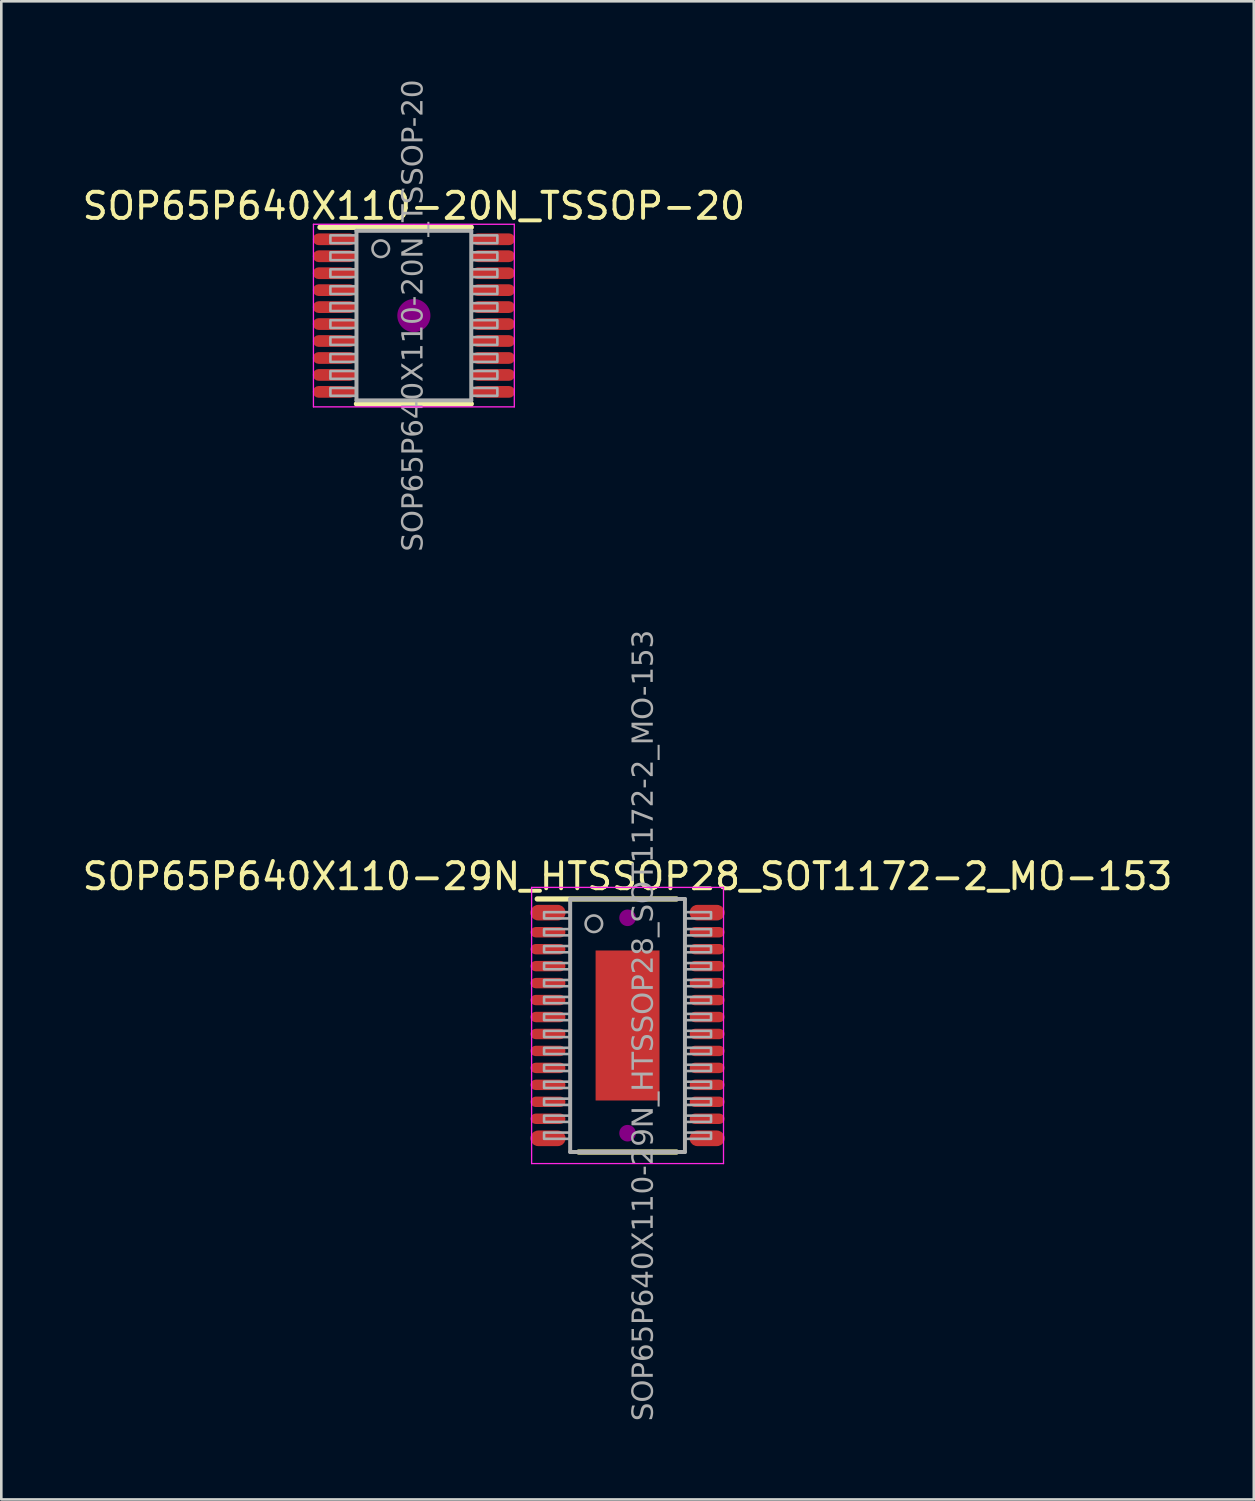
<source format=kicad_pcb>
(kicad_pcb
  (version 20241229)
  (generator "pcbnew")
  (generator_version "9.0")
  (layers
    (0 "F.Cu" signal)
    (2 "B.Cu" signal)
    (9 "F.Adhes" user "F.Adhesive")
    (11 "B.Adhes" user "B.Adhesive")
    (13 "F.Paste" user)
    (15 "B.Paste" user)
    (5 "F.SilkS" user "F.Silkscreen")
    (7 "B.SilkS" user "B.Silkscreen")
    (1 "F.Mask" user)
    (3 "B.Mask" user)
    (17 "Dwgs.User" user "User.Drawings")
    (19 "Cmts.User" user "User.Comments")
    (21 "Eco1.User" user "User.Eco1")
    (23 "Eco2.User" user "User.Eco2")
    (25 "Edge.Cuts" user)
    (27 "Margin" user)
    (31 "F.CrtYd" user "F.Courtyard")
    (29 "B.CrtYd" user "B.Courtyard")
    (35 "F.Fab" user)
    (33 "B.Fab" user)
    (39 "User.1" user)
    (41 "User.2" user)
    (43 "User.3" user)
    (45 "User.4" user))
  (footprint "SOP65P640X110-20N_TSSOP-20"
    (layer "F.Cu")
    (at 12.815 9.047)
    (property "Reference" "SOP65P640X110-20N_TSSOP-20" (at 0 -4.2 0) (layer "F.SilkS") (effects (font (size 1 1) (thickness 0.15))))
    (attr smd)
    (fp_line (start 0 -3.385) (end -3.6 -3.385) (stroke (width 0.203) (type solid)) (layer "F.SilkS"))
    (fp_line (start 0 -3.385) (end 2.2 -3.385) (stroke (width 0.203) (type solid)) (layer "F.SilkS"))
    (fp_line (start 0 3.385) (end -2.2 3.385) (stroke (width 0.203) (type solid)) (layer "F.SilkS"))
    (fp_line (start 0 3.385) (end 2.2 3.385) (stroke (width 0.203) (type solid)) (layer "F.SilkS"))
    (fp_circle (center 0 0) (end 0.635 0) (stroke (width 0) (type solid)) (fill yes) (layer "F.Adhes"))
    (fp_line (start -3.85 -3.5) (end -3.85 3.5) (stroke (width 0.05) (type solid)) (layer "F.CrtYd"))
    (fp_line (start -3.85 3.5) (end 3.85 3.5) (stroke (width 0.05) (type solid)) (layer "F.CrtYd"))
    (fp_line (start 3.85 -3.5) (end -3.85 -3.5) (stroke (width 0.05) (type solid)) (layer "F.CrtYd"))
    (fp_line (start 3.85 3.5) (end 3.85 -3.5) (stroke (width 0.05) (type solid)) (layer "F.CrtYd"))
    (fp_line (start -2.2 -3.25) (end 2.2 -3.25) (stroke (width 0.152) (type solid)) (layer "F.Fab"))
    (fp_line (start -2.2 3.25) (end -2.2 -3.25) (stroke (width 0.152) (type solid)) (layer "F.Fab"))
    (fp_line (start 2.2 -3.25) (end 2.2 3.25) (stroke (width 0.152) (type solid)) (layer "F.Fab"))
    (fp_line (start 2.2 3.25) (end -2.2 3.25) (stroke (width 0.152) (type solid)) (layer "F.Fab"))
    (fp_rect (start -3.2 -3.075) (end -2.2 -2.775) (stroke (width 0.1) (type solid)) (fill no) (layer "F.Fab"))
    (fp_rect (start -3.2 -2.425) (end -2.2 -2.125) (stroke (width 0.1) (type solid)) (fill no) (layer "F.Fab"))
    (fp_rect (start -3.2 -1.775) (end -2.2 -1.475) (stroke (width 0.1) (type solid)) (fill no) (layer "F.Fab"))
    (fp_rect (start -3.2 -1.125) (end -2.2 -0.825) (stroke (width 0.1) (type solid)) (fill no) (layer "F.Fab"))
    (fp_rect (start -3.2 -0.475) (end -2.2 -0.175) (stroke (width 0.1) (type solid)) (fill no) (layer "F.Fab"))
    (fp_rect (start -3.2 0.175) (end -2.2 0.475) (stroke (width 0.1) (type solid)) (fill no) (layer "F.Fab"))
    (fp_rect (start -3.2 0.825) (end -2.2 1.125) (stroke (width 0.1) (type solid)) (fill no) (layer "F.Fab"))
    (fp_rect (start -3.2 1.475) (end -2.2 1.775) (stroke (width 0.1) (type solid)) (fill no) (layer "F.Fab"))
    (fp_rect (start -3.2 2.125) (end -2.2 2.425) (stroke (width 0.1) (type solid)) (fill no) (layer "F.Fab"))
    (fp_rect (start -3.2 2.775) (end -2.2 3.075) (stroke (width 0.1) (type solid)) (fill no) (layer "F.Fab"))
    (fp_rect (start 3.2 -2.775) (end 2.2 -3.075) (stroke (width 0.1) (type solid)) (fill no) (layer "F.Fab"))
    (fp_rect (start 3.2 -2.125) (end 2.2 -2.425) (stroke (width 0.1) (type solid)) (fill no) (layer "F.Fab"))
    (fp_rect (start 3.2 -1.475) (end 2.2 -1.775) (stroke (width 0.1) (type solid)) (fill no) (layer "F.Fab"))
    (fp_rect (start 3.2 -0.825) (end 2.2 -1.125) (stroke (width 0.1) (type solid)) (fill no) (layer "F.Fab"))
    (fp_rect (start 3.2 -0.175) (end 2.2 -0.475) (stroke (width 0.1) (type solid)) (fill no) (layer "F.Fab"))
    (fp_rect (start 3.2 0.475) (end 2.2 0.175) (stroke (width 0.1) (type solid)) (fill no) (layer "F.Fab"))
    (fp_rect (start 3.2 1.125) (end 2.2 0.825) (stroke (width 0.1) (type solid)) (fill no) (layer "F.Fab"))
    (fp_rect (start 3.2 1.775) (end 2.2 1.475) (stroke (width 0.1) (type solid)) (fill no) (layer "F.Fab"))
    (fp_rect (start 3.2 2.425) (end 2.2 2.125) (stroke (width 0.1) (type solid)) (fill no) (layer "F.Fab"))
    (fp_rect (start 3.2 3.075) (end 2.2 2.775) (stroke (width 0.1) (type solid)) (fill no) (layer "F.Fab"))
    (fp_circle (center -1.27 -2.562) (end -0.953 -2.562) (stroke (width 0.1) (type solid)) (fill no) (layer "F.Fab"))
    (fp_text user "${REFERENCE}" (at 0 0 90) (layer "F.Fab") (effects (font (face "Tahoma") (size 0.8 0.8) (thickness 0.15))))
    (pad "1" smd roundrect (at -3.05 -2.925) (size 1.65 0.45) (layers "F.Cu" "F.Mask" "F.Paste") (roundrect_rratio 0.5))
    (pad "2" smd roundrect (at -3.05 -2.275) (size 1.65 0.45) (layers "F.Cu" "F.Mask" "F.Paste") (roundrect_rratio 0.5))
    (pad "3" smd roundrect (at -3.05 -1.625) (size 1.65 0.45) (layers "F.Cu" "F.Mask" "F.Paste") (roundrect_rratio 0.5))
    (pad "4" smd roundrect (at -3.05 -0.975) (size 1.65 0.45) (layers "F.Cu" "F.Mask" "F.Paste") (roundrect_rratio 0.5))
    (pad "5" smd roundrect (at -3.05 -0.325) (size 1.65 0.45) (layers "F.Cu" "F.Mask" "F.Paste") (roundrect_rratio 0.5))
    (pad "6" smd roundrect (at -3.05 0.325) (size 1.65 0.45) (layers "F.Cu" "F.Mask" "F.Paste") (roundrect_rratio 0.5))
    (pad "7" smd roundrect (at -3.05 0.975) (size 1.65 0.45) (layers "F.Cu" "F.Mask" "F.Paste") (roundrect_rratio 0.5))
    (pad "8" smd roundrect (at -3.05 1.625) (size 1.65 0.45) (layers "F.Cu" "F.Mask" "F.Paste") (roundrect_rratio 0.5))
    (pad "9" smd roundrect (at -3.05 2.275) (size 1.65 0.45) (layers "F.Cu" "F.Mask" "F.Paste") (roundrect_rratio 0.5))
    (pad "10" smd roundrect (at -3.05 2.925) (size 1.65 0.45) (layers "F.Cu" "F.Mask" "F.Paste") (roundrect_rratio 0.5))
    (pad "11" smd roundrect (at 3.05 2.925) (size 1.65 0.45) (layers "F.Cu" "F.Mask" "F.Paste") (roundrect_rratio 0.5))
    (pad "12" smd roundrect (at 3.05 2.275) (size 1.65 0.45) (layers "F.Cu" "F.Mask" "F.Paste") (roundrect_rratio 0.5))
    (pad "13" smd roundrect (at 3.05 1.625) (size 1.65 0.45) (layers "F.Cu" "F.Mask" "F.Paste") (roundrect_rratio 0.5))
    (pad "14" smd roundrect (at 3.05 0.975) (size 1.65 0.45) (layers "F.Cu" "F.Mask" "F.Paste") (roundrect_rratio 0.5))
    (pad "15" smd roundrect (at 3.05 0.325) (size 1.65 0.45) (layers "F.Cu" "F.Mask" "F.Paste") (roundrect_rratio 0.5))
    (pad "16" smd roundrect (at 3.05 -0.325) (size 1.65 0.45) (layers "F.Cu" "F.Mask" "F.Paste") (roundrect_rratio 0.5))
    (pad "17" smd roundrect (at 3.05 -0.975) (size 1.65 0.45) (layers "F.Cu" "F.Mask" "F.Paste") (roundrect_rratio 0.5))
    (pad "18" smd roundrect (at 3.05 -1.625) (size 1.65 0.45) (layers "F.Cu" "F.Mask" "F.Paste") (roundrect_rratio 0.5))
    (pad "19" smd roundrect (at 3.05 -2.275) (size 1.65 0.45) (layers "F.Cu" "F.Mask" "F.Paste") (roundrect_rratio 0.5))
    (pad "20" smd roundrect (at 3.05 -2.925) (size 1.65 0.45) (layers "F.Cu" "F.Mask" "F.Paste") (roundrect_rratio 0.5)))
  (footprint "SOP65P640X110-29N_HTSSOP28_SOT1172-2_MO-153"
    (layer "F.Cu")
    (at 21.006 36.26)
    (property "Reference" "SOP65P640X110-29N_HTSSOP28_SOT1172-2_MO-153" (at 0 -5.715 180) (layer "F.SilkS") (effects (font (size 1 1) (thickness 0.15))))
    (attr smd)
    (fp_line (start -3.462 -4.85) (end 1.875 -4.85) (stroke (width 0.203) (type solid)) (layer "F.SilkS"))
    (fp_line (start -1.875 4.85) (end 1.875 4.85) (stroke (width 0.203) (type solid)) (layer "F.SilkS"))
    (fp_circle (center 0 -4.128) (end 0.318 -4.128) (stroke (width 0) (type solid)) (fill yes) (layer "F.Adhes"))
    (fp_circle (center 0 4.128) (end 0.318 4.128) (stroke (width 0) (type solid)) (fill yes) (layer "F.Adhes"))
    (fp_line (start -3.678 -5.293) (end 3.678 -5.293) (stroke (width 0.05) (type solid)) (layer "F.CrtYd"))
    (fp_line (start -3.678 5.293) (end -3.678 -5.293) (stroke (width 0.05) (type solid)) (layer "F.CrtYd"))
    (fp_line (start 3.678 -5.293) (end 3.678 5.293) (stroke (width 0.05) (type solid)) (layer "F.CrtYd"))
    (fp_line (start 3.678 5.293) (end -3.678 5.293) (stroke (width 0.05) (type solid)) (layer "F.CrtYd"))
    (fp_line (start -2.2 -4.85) (end 2.2 -4.85) (stroke (width 0.152) (type solid)) (layer "F.Fab"))
    (fp_line (start -2.2 4.85) (end -2.2 -4.85) (stroke (width 0.152) (type solid)) (layer "F.Fab"))
    (fp_line (start 2.2 -4.85) (end 2.2 4.85) (stroke (width 0.152) (type solid)) (layer "F.Fab"))
    (fp_line (start 2.2 4.85) (end -2.2 4.85) (stroke (width 0.152) (type solid)) (layer "F.Fab"))
    (fp_rect (start -3.2 -4.105) (end -2.2 -4.345) (stroke (width 0.1) (type solid)) (fill no) (layer "F.Fab"))
    (fp_rect (start -3.2 -3.455) (end -2.2 -3.695) (stroke (width 0.1) (type solid)) (fill no) (layer "F.Fab"))
    (fp_rect (start -3.2 -2.805) (end -2.2 -3.045) (stroke (width 0.1) (type solid)) (fill no) (layer "F.Fab"))
    (fp_rect (start -3.2 -2.155) (end -2.2 -2.395) (stroke (width 0.1) (type solid)) (fill no) (layer "F.Fab"))
    (fp_rect (start -3.2 -1.505) (end -2.2 -1.745) (stroke (width 0.1) (type solid)) (fill no) (layer "F.Fab"))
    (fp_rect (start -3.2 -0.855) (end -2.2 -1.095) (stroke (width 0.1) (type solid)) (fill no) (layer "F.Fab"))
    (fp_rect (start -3.2 -0.205) (end -2.2 -0.445) (stroke (width 0.1) (type solid)) (fill no) (layer "F.Fab"))
    (fp_rect (start -3.2 0.445) (end -2.2 0.205) (stroke (width 0.1) (type solid)) (fill no) (layer "F.Fab"))
    (fp_rect (start -3.2 1.095) (end -2.2 0.855) (stroke (width 0.1) (type solid)) (fill no) (layer "F.Fab"))
    (fp_rect (start -3.2 1.745) (end -2.2 1.505) (stroke (width 0.1) (type solid)) (fill no) (layer "F.Fab"))
    (fp_rect (start -3.2 2.395) (end -2.2 2.155) (stroke (width 0.1) (type solid)) (fill no) (layer "F.Fab"))
    (fp_rect (start -3.2 3.045) (end -2.2 2.805) (stroke (width 0.1) (type solid)) (fill no) (layer "F.Fab"))
    (fp_rect (start -3.2 3.695) (end -2.2 3.455) (stroke (width 0.1) (type solid)) (fill no) (layer "F.Fab"))
    (fp_rect (start -3.2 4.345) (end -2.2 4.105) (stroke (width 0.1) (type solid)) (fill no) (layer "F.Fab"))
    (fp_rect (start 3.2 -4.345) (end 2.2 -4.105) (stroke (width 0.1) (type solid)) (fill no) (layer "F.Fab"))
    (fp_rect (start 3.2 -3.695) (end 2.2 -3.455) (stroke (width 0.1) (type solid)) (fill no) (layer "F.Fab"))
    (fp_rect (start 3.2 -3.045) (end 2.2 -2.805) (stroke (width 0.1) (type solid)) (fill no) (layer "F.Fab"))
    (fp_rect (start 3.2 -2.395) (end 2.2 -2.155) (stroke (width 0.1) (type solid)) (fill no) (layer "F.Fab"))
    (fp_rect (start 3.2 -1.745) (end 2.2 -1.505) (stroke (width 0.1) (type solid)) (fill no) (layer "F.Fab"))
    (fp_rect (start 3.2 -1.095) (end 2.2 -0.855) (stroke (width 0.1) (type solid)) (fill no) (layer "F.Fab"))
    (fp_rect (start 3.2 -0.445) (end 2.2 -0.205) (stroke (width 0.1) (type solid)) (fill no) (layer "F.Fab"))
    (fp_rect (start 3.2 0.205) (end 2.2 0.445) (stroke (width 0.1) (type solid)) (fill no) (layer "F.Fab"))
    (fp_rect (start 3.2 0.855) (end 2.2 1.095) (stroke (width 0.1) (type solid)) (fill no) (layer "F.Fab"))
    (fp_rect (start 3.2 1.505) (end 2.2 1.745) (stroke (width 0.1) (type solid)) (fill no) (layer "F.Fab"))
    (fp_rect (start 3.2 2.155) (end 2.2 2.395) (stroke (width 0.1) (type solid)) (fill no) (layer "F.Fab"))
    (fp_rect (start 3.2 2.805) (end 2.2 3.045) (stroke (width 0.1) (type solid)) (fill no) (layer "F.Fab"))
    (fp_rect (start 3.2 3.455) (end 2.2 3.695) (stroke (width 0.1) (type solid)) (fill no) (layer "F.Fab"))
    (fp_rect (start 3.2 4.105) (end 2.2 4.345) (stroke (width 0.1) (type solid)) (fill no) (layer "F.Fab"))
    (fp_circle (center -1.292 -3.9) (end -0.975 -3.9) (stroke (width 0.1) (type solid)) (fill no) (layer "F.Fab"))
    (fp_text user "${REFERENCE}" (at 0.635 0 90) (layer "F.Fab") (effects (font (face "Tahoma") (size 0.8 0.8) (thickness 0.15))))
    (pad "" smd rect (at -0.825 -2.475) (size 0.7 0.7) (property pad_prop_heatsink) (layers "F.Paste"))
    (pad "" smd rect (at -0.825 -1.65) (size 0.7 0.7) (property pad_prop_heatsink) (layers "F.Paste"))
    (pad "" smd rect (at -0.825 -0.825) (size 0.7 0.7) (property pad_prop_heatsink) (layers "F.Paste"))
    (pad "" smd rect (at -0.825 0) (size 0.7 0.7) (property pad_prop_heatsink) (layers "F.Paste"))
    (pad "" smd rect (at -0.825 0.825) (size 0.7 0.7) (property pad_prop_heatsink) (layers "F.Paste"))
    (pad "" smd rect (at -0.825 1.65) (size 0.7 0.7) (property pad_prop_heatsink) (layers "F.Paste"))
    (pad "" smd rect (at -0.825 2.475) (size 0.7 0.7) (property pad_prop_heatsink) (layers "F.Paste"))
    (pad "" smd rect (at 0 -2.475) (size 0.7 0.7) (property pad_prop_heatsink) (layers "F.Paste"))
    (pad "" smd rect (at 0 -1.65) (size 0.7 0.7) (property pad_prop_heatsink) (layers "F.Paste"))
    (pad "" smd rect (at 0 -0.825) (size 0.7 0.7) (property pad_prop_heatsink) (layers "F.Paste"))
    (pad "" smd rect (at 0 0) (size 0.7 0.7) (property pad_prop_heatsink) (layers "F.Paste"))
    (pad "" smd rect (at 0 0.825) (size 0.7 0.7) (property pad_prop_heatsink) (layers "F.Paste"))
    (pad "" smd rect (at 0 1.65) (size 0.7 0.7) (property pad_prop_heatsink) (layers "F.Paste"))
    (pad "" smd rect (at 0 2.475) (size 0.7 0.7) (property pad_prop_heatsink) (layers "F.Paste"))
    (pad "" smd rect (at 0.825 -2.475) (size 0.7 0.7) (property pad_prop_heatsink) (layers "F.Paste"))
    (pad "" smd rect (at 0.825 -1.65) (size 0.7 0.7) (property pad_prop_heatsink) (layers "F.Paste"))
    (pad "" smd rect (at 0.825 -0.825) (size 0.7 0.7) (property pad_prop_heatsink) (layers "F.Paste"))
    (pad "" smd rect (at 0.825 0) (size 0.7 0.7) (property pad_prop_heatsink) (layers "F.Paste"))
    (pad "" smd rect (at 0.825 0.825) (size 0.7 0.7) (property pad_prop_heatsink) (layers "F.Paste"))
    (pad "" smd rect (at 0.825 1.65) (size 0.7 0.7) (property pad_prop_heatsink) (layers "F.Paste"))
    (pad "" smd rect (at 0.825 2.475) (size 0.7 0.7) (property pad_prop_heatsink) (layers "F.Paste"))
    (pad "1" smd roundrect (at -3.05 -4.325 270) (size 0.6 1.35) (layers "F.Cu" "F.Mask" "F.Paste") (roundrect_rratio 0.5))
    (pad "2" smd roundrect (at -3.05 -3.575 270) (size 0.4 1.34) (layers "F.Cu" "F.Mask" "F.Paste") (roundrect_rratio 0.5))
    (pad "3" smd roundrect (at -3.05 -2.925 270) (size 0.4 1.34) (layers "F.Cu" "F.Mask" "F.Paste") (roundrect_rratio 0.5))
    (pad "4" smd roundrect (at -3.05 -2.275 270) (size 0.4 1.34) (layers "F.Cu" "F.Mask" "F.Paste") (roundrect_rratio 0.5))
    (pad "5" smd roundrect (at -3.05 -1.625 270) (size 0.4 1.34) (layers "F.Cu" "F.Mask" "F.Paste") (roundrect_rratio 0.5))
    (pad "6" smd roundrect (at -3.05 -0.975 270) (size 0.4 1.34) (layers "F.Cu" "F.Mask" "F.Paste") (roundrect_rratio 0.5))
    (pad "7" smd roundrect (at -3.05 -0.325 270) (size 0.4 1.34) (layers "F.Cu" "F.Mask" "F.Paste") (roundrect_rratio 0.5))
    (pad "8" smd roundrect (at -3.05 0.325 270) (size 0.4 1.34) (layers "F.Cu" "F.Mask" "F.Paste") (roundrect_rratio 0.5))
    (pad "9" smd roundrect (at -3.05 0.975 270) (size 0.4 1.34) (layers "F.Cu" "F.Mask" "F.Paste") (roundrect_rratio 0.5))
    (pad "10" smd roundrect (at -3.05 1.625 270) (size 0.4 1.34) (layers "F.Cu" "F.Mask" "F.Paste") (roundrect_rratio 0.5))
    (pad "11" smd roundrect (at -3.05 2.275 270) (size 0.4 1.34) (layers "F.Cu" "F.Mask" "F.Paste") (roundrect_rratio 0.5))
    (pad "12" smd roundrect (at -3.05 2.925 270) (size 0.4 1.34) (layers "F.Cu" "F.Mask" "F.Paste") (roundrect_rratio 0.5))
    (pad "13" smd roundrect (at -3.05 3.575 270) (size 0.4 1.34) (layers "F.Cu" "F.Mask" "F.Paste") (roundrect_rratio 0.5))
    (pad "14" smd roundrect (at -3.05 4.325 270) (size 0.6 1.35) (layers "F.Cu" "F.Mask" "F.Paste") (roundrect_rratio 0.5))
    (pad "15" smd roundrect (at 3.05 4.325 270) (size 0.6 1.35) (layers "F.Cu" "F.Mask" "F.Paste") (roundrect_rratio 0.5))
    (pad "16" smd roundrect (at 3.05 3.575 270) (size 0.4 1.34) (layers "F.Cu" "F.Mask" "F.Paste") (roundrect_rratio 0.5))
    (pad "17" smd roundrect (at 3.05 2.925 270) (size 0.4 1.34) (layers "F.Cu" "F.Mask" "F.Paste") (roundrect_rratio 0.5))
    (pad "18" smd roundrect (at 3.05 2.275 270) (size 0.4 1.34) (layers "F.Cu" "F.Mask" "F.Paste") (roundrect_rratio 0.5))
    (pad "19" smd roundrect (at 3.05 1.625 270) (size 0.4 1.34) (layers "F.Cu" "F.Mask" "F.Paste") (roundrect_rratio 0.5))
    (pad "20" smd roundrect (at 3.05 0.975 270) (size 0.4 1.34) (layers "F.Cu" "F.Mask" "F.Paste") (roundrect_rratio 0.5))
    (pad "21" smd roundrect (at 3.05 0.325 270) (size 0.4 1.34) (layers "F.Cu" "F.Mask" "F.Paste") (roundrect_rratio 0.5))
    (pad "22" smd roundrect (at 3.05 -0.325 270) (size 0.4 1.34) (layers "F.Cu" "F.Mask" "F.Paste") (roundrect_rratio 0.5))
    (pad "23" smd roundrect (at 3.05 -0.975 270) (size 0.4 1.34) (layers "F.Cu" "F.Mask" "F.Paste") (roundrect_rratio 0.5))
    (pad "24" smd roundrect (at 3.05 -1.625 270) (size 0.4 1.34) (layers "F.Cu" "F.Mask" "F.Paste") (roundrect_rratio 0.5))
    (pad "25" smd roundrect (at 3.05 -2.275 270) (size 0.4 1.34) (layers "F.Cu" "F.Mask" "F.Paste") (roundrect_rratio 0.5))
    (pad "26" smd roundrect (at 3.05 -2.925 270) (size 0.4 1.34) (layers "F.Cu" "F.Mask" "F.Paste") (roundrect_rratio 0.5))
    (pad "27" smd roundrect (at 3.05 -3.575 270) (size 0.4 1.34) (layers "F.Cu" "F.Mask" "F.Paste") (roundrect_rratio 0.5))
    (pad "28" smd roundrect (at 3.05 -4.325 270) (size 0.6 1.35) (layers "F.Cu" "F.Mask" "F.Paste") (roundrect_rratio 0.5))
    (pad "29" smd rect (at 0 0) (size 2.45 5.75) (property pad_prop_heatsink) (layers "F.Cu" "F.Mask")))
  (gr_rect
    (start -3 -3)
    (end 45.012 54.427)
    (stroke (width 0.1) (type default))
    (fill no)
    (layer "Edge.Cuts")))
</source>
